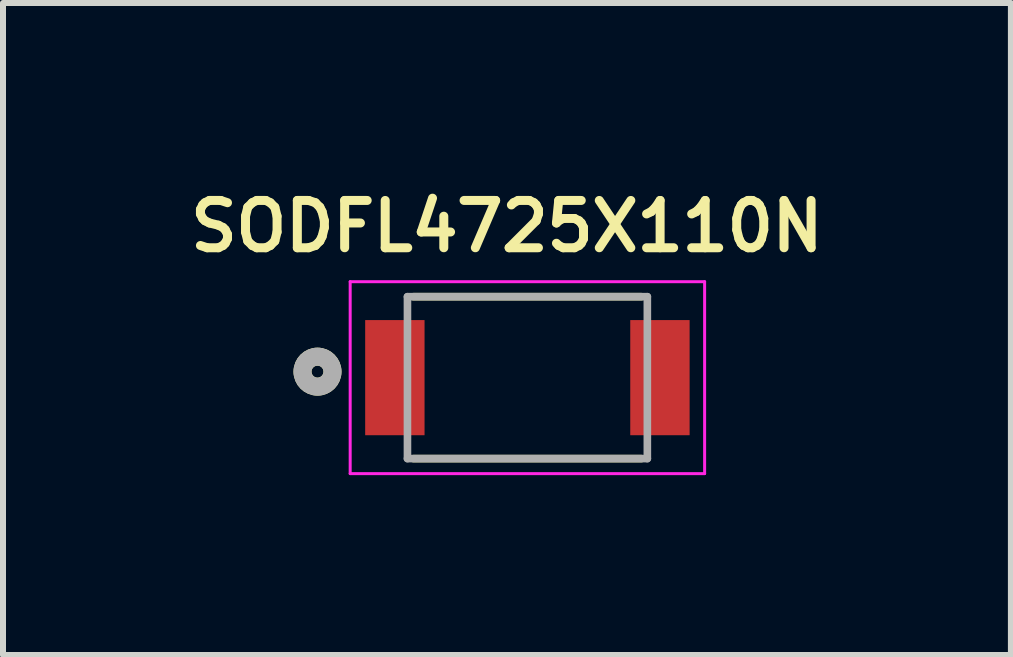
<source format=kicad_pcb>
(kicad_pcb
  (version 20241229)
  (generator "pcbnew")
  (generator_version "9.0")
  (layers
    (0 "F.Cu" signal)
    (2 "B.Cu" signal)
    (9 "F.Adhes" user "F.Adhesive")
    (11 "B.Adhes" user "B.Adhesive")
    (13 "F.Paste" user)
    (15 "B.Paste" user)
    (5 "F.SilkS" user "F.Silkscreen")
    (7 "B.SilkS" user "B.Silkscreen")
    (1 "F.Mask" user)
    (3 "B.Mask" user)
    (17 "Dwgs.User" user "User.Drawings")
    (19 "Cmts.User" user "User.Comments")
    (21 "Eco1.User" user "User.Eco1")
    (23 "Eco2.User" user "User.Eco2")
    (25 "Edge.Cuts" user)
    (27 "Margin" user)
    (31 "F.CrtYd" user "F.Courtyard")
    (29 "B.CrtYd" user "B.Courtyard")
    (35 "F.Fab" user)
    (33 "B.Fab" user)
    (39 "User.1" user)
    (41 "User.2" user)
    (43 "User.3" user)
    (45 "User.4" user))
  (footprint "SODFL4725X110N"
    (layer "F.Cu")
    (at 5.744 3.247)
    (property "Reference" "SODFL4725X110N" (at -0.342 -2.523 0) (layer "F.SilkS") (effects (font (size 0.789 0.789) (thickness 0.15))))
    (attr smd)
    (fp_line (start -1.9 -1.35) (end 1.9 -1.35) (stroke (width 0.127) (type solid)) (layer "F.SilkS"))
    (fp_line (start -1.9 1.35) (end 1.9 1.35) (stroke (width 0.127) (type solid)) (layer "F.SilkS"))
    (fp_circle (center -3.5 -0.1) (end -3.4 -0.1) (stroke (width 0.3) (type solid)) (fill no) (layer "F.SilkS"))
    (fp_line (start -2.955 -1.6) (end 2.955 -1.6) (stroke (width 0.05) (type solid)) (layer "F.CrtYd"))
    (fp_line (start -2.955 1.6) (end -2.955 -1.6) (stroke (width 0.05) (type solid)) (layer "F.CrtYd"))
    (fp_line (start 2.955 -1.6) (end 2.955 1.6) (stroke (width 0.05) (type solid)) (layer "F.CrtYd"))
    (fp_line (start 2.955 1.6) (end -2.955 1.6) (stroke (width 0.05) (type solid)) (layer "F.CrtYd"))
    (fp_line (start -2 -1.35) (end 2 -1.35) (stroke (width 0.127) (type solid)) (layer "F.Fab"))
    (fp_line (start -2 1.35) (end -2 -1.35) (stroke (width 0.127) (type solid)) (layer "F.Fab"))
    (fp_line (start 2 -1.35) (end 2 1.35) (stroke (width 0.127) (type solid)) (layer "F.Fab"))
    (fp_line (start 2 1.35) (end -2 1.35) (stroke (width 0.127) (type solid)) (layer "F.Fab"))
    (fp_circle (center -3.5 -0.1) (end -3.4 -0.1) (stroke (width 0.3) (type solid)) (fill no) (layer "F.Fab"))
    (pad "A" smd rect (at 2.21 0) (size 0.99 1.92) (layers "F.Cu" "F.Mask" "F.Paste"))
    (pad "C" smd rect (at -2.21 0) (size 0.99 1.92) (layers "F.Cu" "F.Mask" "F.Paste")))
  (gr_rect
    (start -3 -3)
    (end 13.806 7.872)
    (stroke (width 0.1) (type default))
    (fill no)
    (layer "Edge.Cuts")))
</source>
